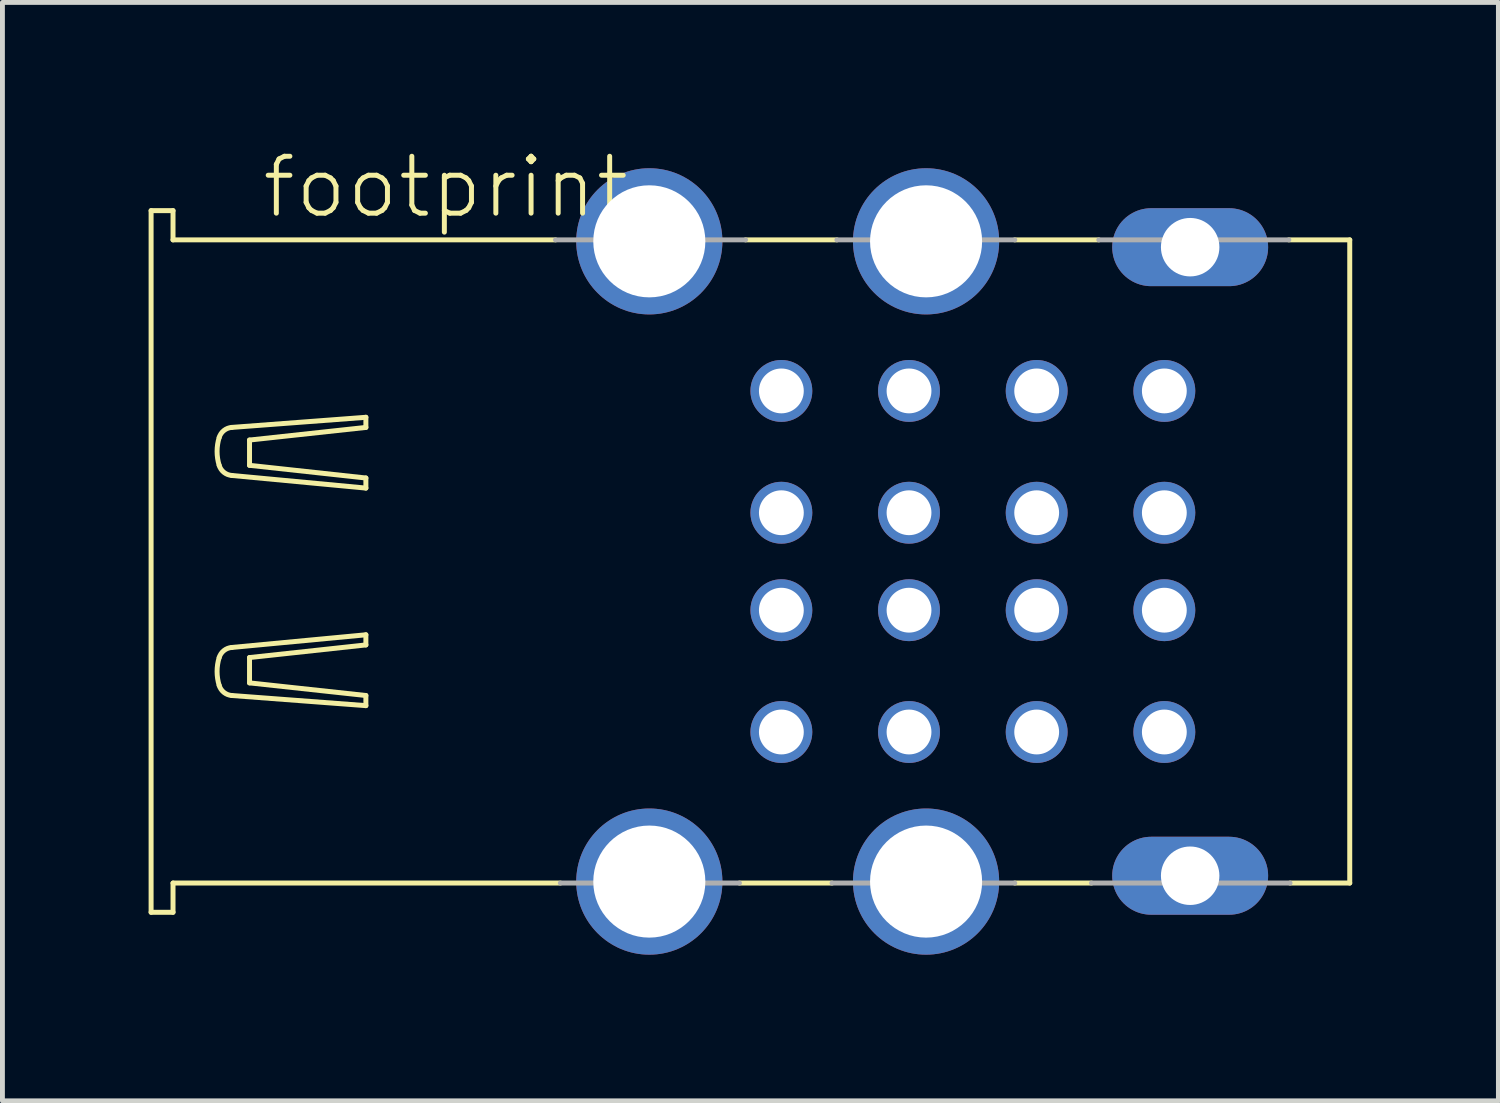
<source format=kicad_pcb>
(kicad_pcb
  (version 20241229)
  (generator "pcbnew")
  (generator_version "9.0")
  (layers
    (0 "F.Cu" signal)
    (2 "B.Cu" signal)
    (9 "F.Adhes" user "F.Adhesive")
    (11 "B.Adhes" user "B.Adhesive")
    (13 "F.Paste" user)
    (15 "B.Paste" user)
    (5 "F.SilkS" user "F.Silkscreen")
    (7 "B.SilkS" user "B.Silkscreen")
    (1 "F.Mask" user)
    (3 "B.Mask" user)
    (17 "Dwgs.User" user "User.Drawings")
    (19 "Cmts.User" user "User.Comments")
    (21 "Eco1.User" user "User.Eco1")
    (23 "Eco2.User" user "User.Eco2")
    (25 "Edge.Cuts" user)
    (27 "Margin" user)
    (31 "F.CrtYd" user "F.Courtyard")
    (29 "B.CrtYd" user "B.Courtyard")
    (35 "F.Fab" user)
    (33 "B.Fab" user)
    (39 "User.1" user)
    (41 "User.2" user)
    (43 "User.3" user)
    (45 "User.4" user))
  (footprint "footprint"
    (layer "F.Cu")
    (at 10.276 8.473)
    (property "Reference" "footprint" (at -8 -7 0) (layer "F.SilkS") (effects (font (size 1.168 1.168) (thickness 0.102)) (justify left bottom)))
    (fp_line (start -10.225 -7.2) (end -10.225 7.2) (stroke (width 0.102) (type solid)) (layer "F.SilkS"))
    (fp_line (start -10.225 7.2) (end -9.775 7.2) (stroke (width 0.102) (type solid)) (layer "F.SilkS"))
    (fp_line (start -9.775 -7.2) (end -10.225 -7.2) (stroke (width 0.102) (type solid)) (layer "F.SilkS"))
    (fp_line (start -9.775 -6.6) (end -9.775 -7.2) (stroke (width 0.102) (type solid)) (layer "F.SilkS"))
    (fp_line (start -9.775 6.6) (end -1.825 6.6) (stroke (width 0.102) (type solid)) (layer "F.SilkS"))
    (fp_line (start -9.775 7.2) (end -9.775 6.6) (stroke (width 0.102) (type solid)) (layer "F.SilkS"))
    (fp_line (start -8.569 -1.765) (end -5.817 -1.506) (stroke (width 0.102) (type solid)) (layer "F.SilkS"))
    (fp_line (start -8.569 1.765) (end -5.817 1.505) (stroke (width 0.102) (type solid)) (layer "F.SilkS"))
    (fp_line (start -8.205 -2.492) (end -5.817 -2.751) (stroke (width 0.102) (type solid)) (layer "F.SilkS"))
    (fp_line (start -8.205 -1.973) (end -8.205 -2.492) (stroke (width 0.102) (type solid)) (layer "F.SilkS"))
    (fp_line (start -8.205 1.972) (end -8.205 2.492) (stroke (width 0.102) (type solid)) (layer "F.SilkS"))
    (fp_line (start -8.205 2.492) (end -5.817 2.751) (stroke (width 0.102) (type solid)) (layer "F.SilkS"))
    (fp_line (start -5.817 -2.959) (end -8.569 -2.751) (stroke (width 0.102) (type solid)) (layer "F.SilkS"))
    (fp_line (start -5.817 -2.751) (end -5.817 -2.959) (stroke (width 0.102) (type solid)) (layer "F.SilkS"))
    (fp_line (start -5.817 -1.713) (end -8.205 -1.973) (stroke (width 0.102) (type solid)) (layer "F.SilkS"))
    (fp_line (start -5.817 -1.506) (end -5.817 -1.713) (stroke (width 0.102) (type solid)) (layer "F.SilkS"))
    (fp_line (start -5.817 1.505) (end -5.817 1.713) (stroke (width 0.102) (type solid)) (layer "F.SilkS"))
    (fp_line (start -5.817 1.713) (end -8.205 1.972) (stroke (width 0.102) (type solid)) (layer "F.SilkS"))
    (fp_line (start -5.817 2.751) (end -5.817 2.959) (stroke (width 0.102) (type solid)) (layer "F.SilkS"))
    (fp_line (start -5.817 2.959) (end -8.569 2.751) (stroke (width 0.102) (type solid)) (layer "F.SilkS"))
    (fp_line (start -1.925 -6.6) (end -9.775 -6.6) (stroke (width 0.102) (type solid)) (layer "F.SilkS"))
    (fp_line (start 1.85 6.6) (end 3.75 6.6) (stroke (width 0.102) (type solid)) (layer "F.SilkS"))
    (fp_line (start 3.85 -6.6) (end 1.975 -6.6) (stroke (width 0.102) (type solid)) (layer "F.SilkS"))
    (fp_line (start 7.5 6.6) (end 9.075 6.6) (stroke (width 0.102) (type solid)) (layer "F.SilkS"))
    (fp_line (start 9.225 -6.6) (end 7.5 -6.6) (stroke (width 0.102) (type solid)) (layer "F.SilkS"))
    (fp_line (start 13.15 6.6) (end 14.375 6.6) (stroke (width 0.102) (type solid)) (layer "F.SilkS"))
    (fp_line (start 14.375 -6.6) (end 13.125 -6.6) (stroke (width 0.102) (type solid)) (layer "F.SilkS"))
    (fp_line (start 14.375 6.6) (end 14.375 -6.6) (stroke (width 0.102) (type solid)) (layer "F.SilkS"))
    (fp_arc (start -8.828 -2.5438) (mid -8.730297 -2.687659) (end -8.5685 -2.7514) (stroke (width 0.1016) (type solid)) (layer "F.SilkS"))
    (fp_arc (start -8.828 -1.9727) (mid -8.870802 -2.25825) (end -8.828 -2.5438) (stroke (width 0.1016) (type solid)) (layer "F.SilkS"))
    (fp_arc (start -8.828 1.9725) (mid -8.730298 1.828641) (end -8.568501 1.764899) (stroke (width 0.1016) (type solid)) (layer "F.SilkS"))
    (fp_arc (start -8.828 2.5436) (mid -8.870802 2.25805) (end -8.828 1.9725) (stroke (width 0.1016) (type solid)) (layer "F.SilkS"))
    (fp_arc (start -8.568501 -1.765099) (mid -8.730298 -1.828841) (end -8.828 -1.9727) (stroke (width 0.1016) (type solid)) (layer "F.SilkS"))
    (fp_arc (start -8.5685 2.7512) (mid -8.730297 2.687459) (end -8.828 2.5436) (stroke (width 0.1016) (type solid)) (layer "F.SilkS"))
    (fp_line (start -1.825 6.6) (end 1.85 6.6) (stroke (width 0.102) (type solid)) (layer "F.Fab"))
    (fp_line (start 1.975 -6.6) (end -1.925 -6.6) (stroke (width 0.102) (type solid)) (layer "F.Fab"))
    (fp_line (start 3.75 6.6) (end 7.5 6.6) (stroke (width 0.102) (type solid)) (layer "F.Fab"))
    (fp_line (start 7.5 -6.6) (end 3.85 -6.6) (stroke (width 0.102) (type solid)) (layer "F.Fab"))
    (fp_line (start 9.075 6.6) (end 13.15 6.6) (stroke (width 0.102) (type solid)) (layer "F.Fab"))
    (fp_line (start 13.125 -6.6) (end 9.225 -6.6) (stroke (width 0.102) (type solid)) (layer "F.Fab"))
    (pad "1-1" thru_hole circle (at 2.71 3.5) (size 1.27 1.27) (drill 0.92) (layers "*.Cu" "*.Mask"))
    (pad "1-2" thru_hole circle (at 2.71 1) (size 1.27 1.27) (drill 0.92) (layers "*.Cu" "*.Mask"))
    (pad "1-3" thru_hole circle (at 2.71 -1) (size 1.27 1.27) (drill 0.92) (layers "*.Cu" "*.Mask"))
    (pad "1-4" thru_hole circle (at 2.71 -3.5) (size 1.27 1.27) (drill 0.92) (layers "*.Cu" "*.Mask"))
    (pad "2-1" thru_hole circle (at 5.33 3.5) (size 1.27 1.27) (drill 0.92) (layers "*.Cu" "*.Mask"))
    (pad "2-2" thru_hole circle (at 5.33 1) (size 1.27 1.27) (drill 0.92) (layers "*.Cu" "*.Mask"))
    (pad "2-3" thru_hole circle (at 5.33 -1) (size 1.27 1.27) (drill 0.92) (layers "*.Cu" "*.Mask"))
    (pad "2-4" thru_hole circle (at 5.33 -3.5) (size 1.27 1.27) (drill 0.92) (layers "*.Cu" "*.Mask"))
    (pad "3-1" thru_hole circle (at 7.95 3.5) (size 1.27 1.27) (drill 0.92) (layers "*.Cu" "*.Mask"))
    (pad "3-2" thru_hole circle (at 7.95 1) (size 1.27 1.27) (drill 0.92) (layers "*.Cu" "*.Mask"))
    (pad "3-3" thru_hole circle (at 7.95 -1) (size 1.27 1.27) (drill 0.92) (layers "*.Cu" "*.Mask"))
    (pad "3-4" thru_hole circle (at 7.95 -3.5) (size 1.27 1.27) (drill 0.92) (layers "*.Cu" "*.Mask"))
    (pad "4-1" thru_hole circle (at 10.57 3.5) (size 1.27 1.27) (drill 0.92) (layers "*.Cu" "*.Mask"))
    (pad "4-2" thru_hole circle (at 10.57 1) (size 1.27 1.27) (drill 0.92) (layers "*.Cu" "*.Mask"))
    (pad "4-3" thru_hole circle (at 10.57 -1) (size 1.27 1.27) (drill 0.92) (layers "*.Cu" "*.Mask"))
    (pad "4-4" thru_hole circle (at 10.57 -3.5) (size 1.27 1.27) (drill 0.92) (layers "*.Cu" "*.Mask"))
    (pad "M1" thru_hole circle (at 0 -6.57) (size 3 3) (drill 2.3) (layers "*.Cu" "*.Mask"))
    (pad "M2" thru_hole circle (at 0 6.57) (size 3 3) (drill 2.3) (layers "*.Cu" "*.Mask"))
    (pad "M3" thru_hole circle (at 5.68 -6.57) (size 3 3) (drill 2.3) (layers "*.Cu" "*.Mask"))
    (pad "M4" thru_hole circle (at 5.68 6.57) (size 3 3) (drill 2.3) (layers "*.Cu" "*.Mask"))
    (pad "M5" thru_hole oval (at 11.1 -6.45) (size 3.2 1.6) (drill 1.2) (layers "*.Cu" "*.Mask"))
    (pad "M6" thru_hole oval (at 11.1 6.45) (size 3.2 1.6) (drill 1.2) (layers "*.Cu" "*.Mask")))
  (gr_rect
    (start -3 -3)
    (end 27.702 19.543)
    (stroke (width 0.1) (type default))
    (fill no)
    (layer "Edge.Cuts")))
</source>
